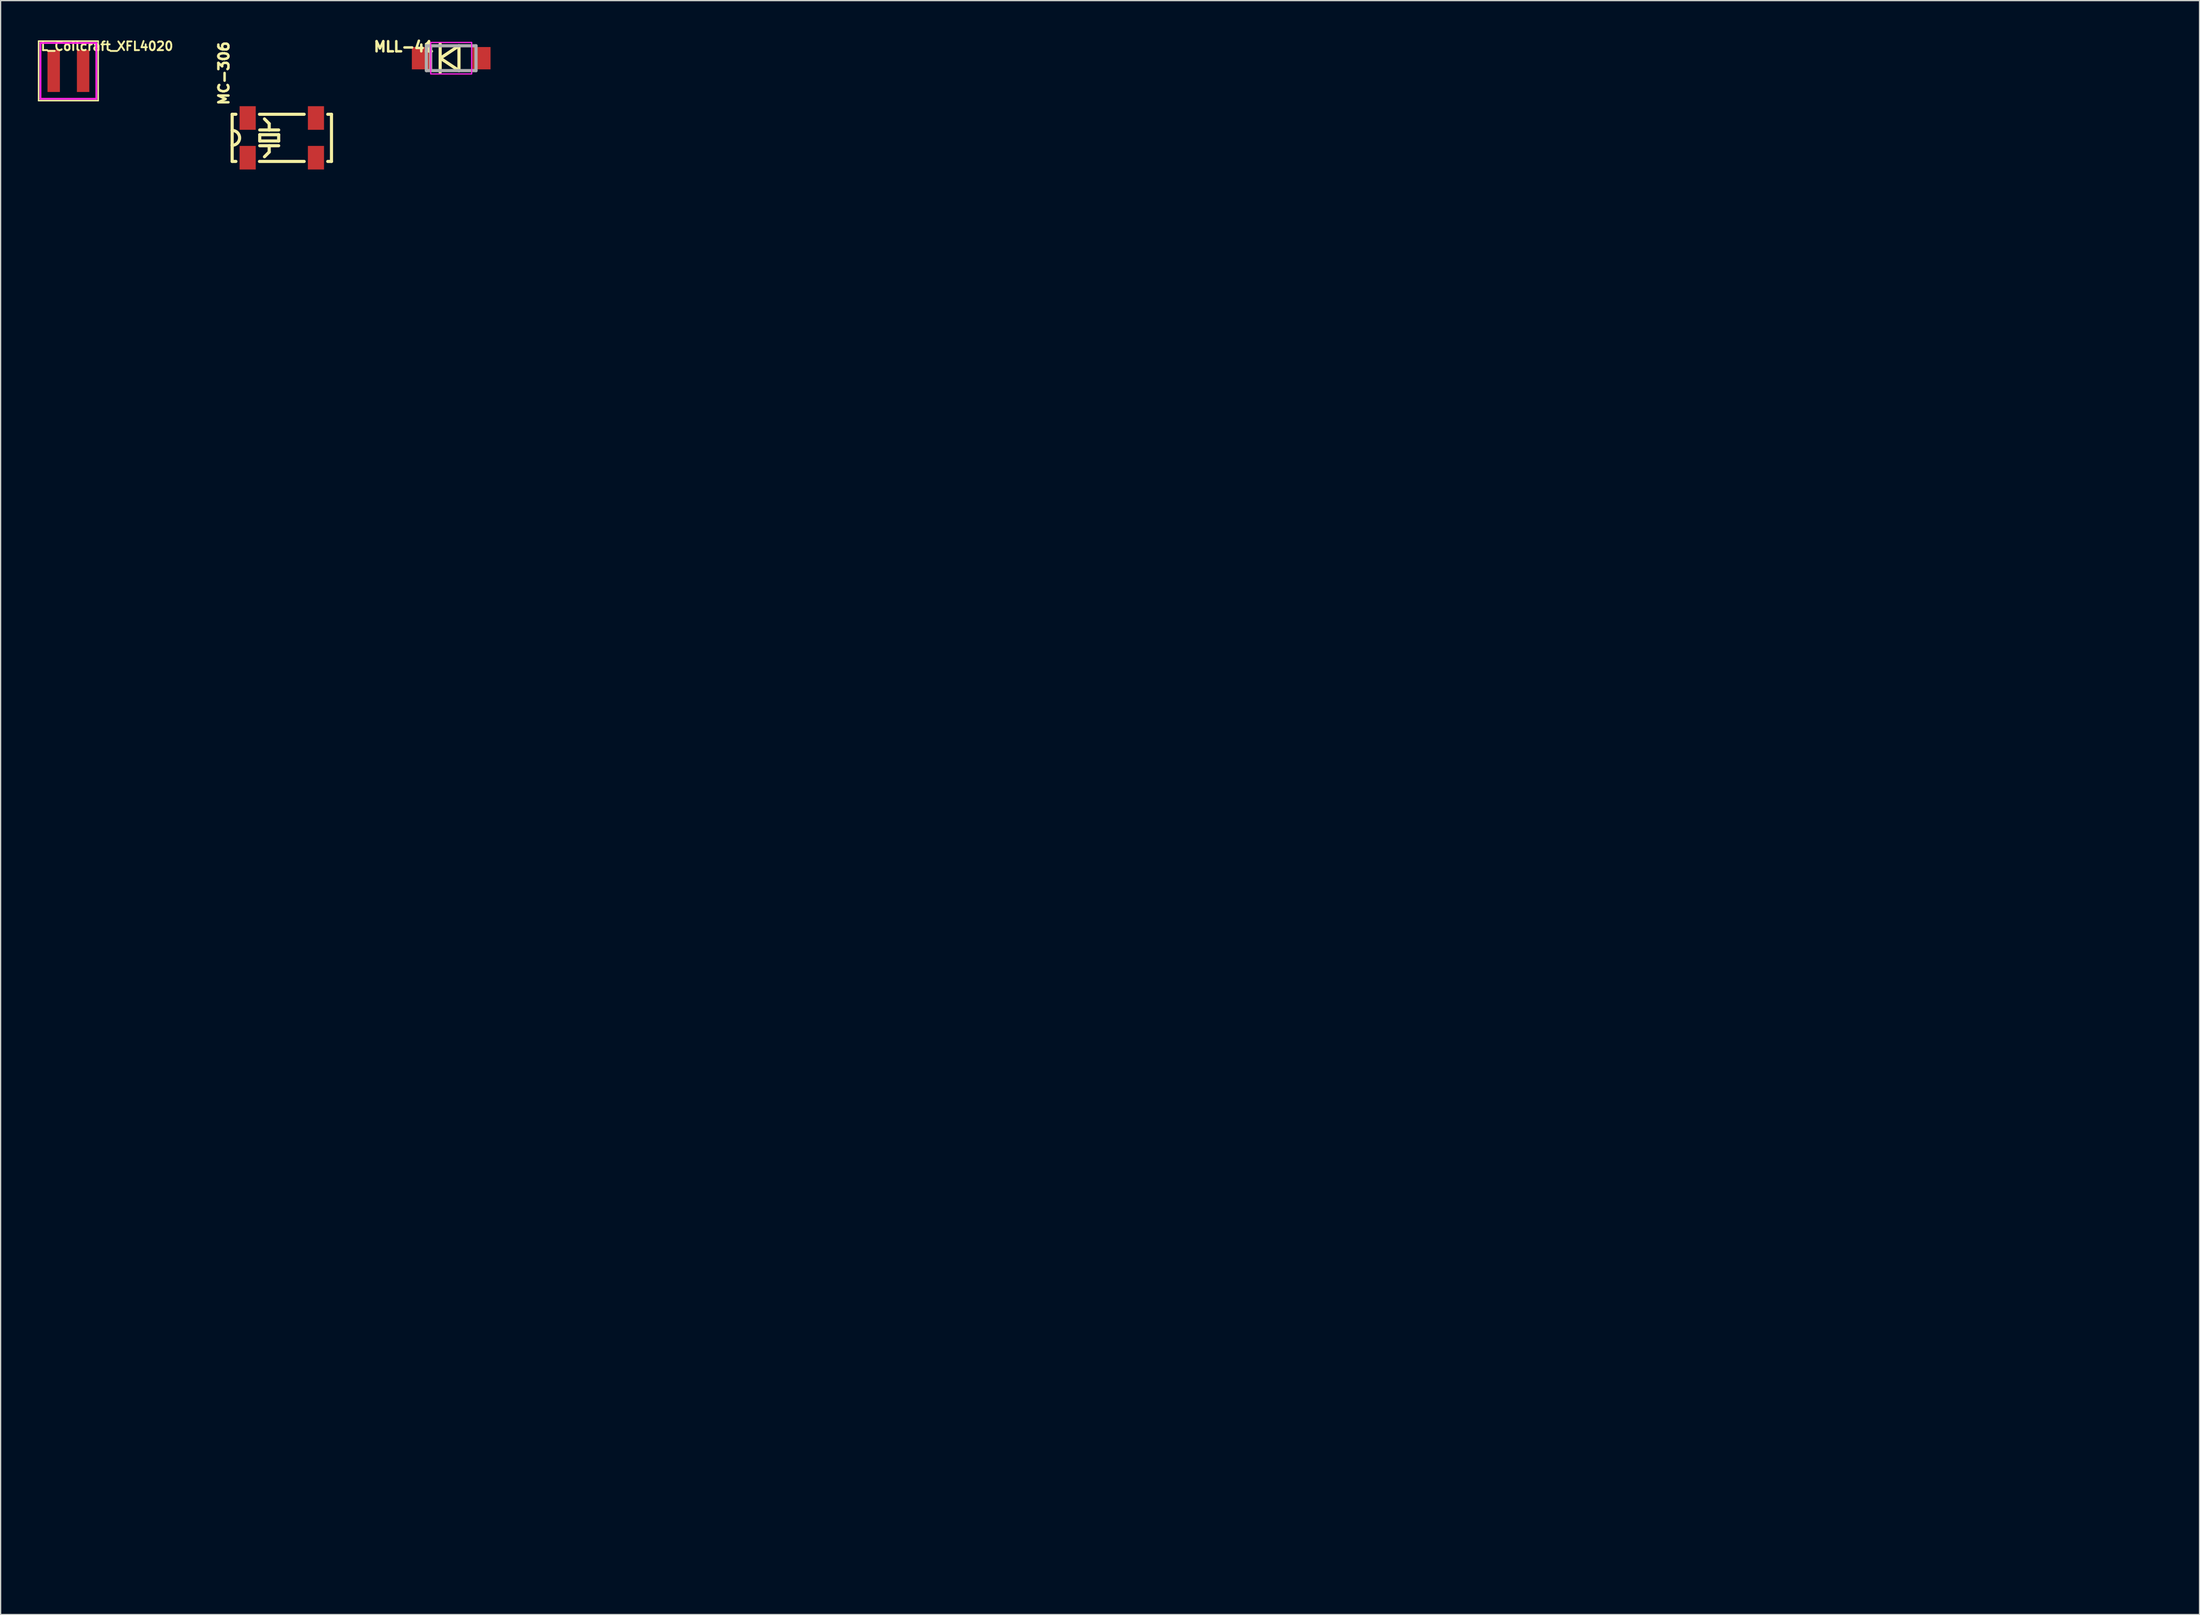
<source format=kicad_pcb>
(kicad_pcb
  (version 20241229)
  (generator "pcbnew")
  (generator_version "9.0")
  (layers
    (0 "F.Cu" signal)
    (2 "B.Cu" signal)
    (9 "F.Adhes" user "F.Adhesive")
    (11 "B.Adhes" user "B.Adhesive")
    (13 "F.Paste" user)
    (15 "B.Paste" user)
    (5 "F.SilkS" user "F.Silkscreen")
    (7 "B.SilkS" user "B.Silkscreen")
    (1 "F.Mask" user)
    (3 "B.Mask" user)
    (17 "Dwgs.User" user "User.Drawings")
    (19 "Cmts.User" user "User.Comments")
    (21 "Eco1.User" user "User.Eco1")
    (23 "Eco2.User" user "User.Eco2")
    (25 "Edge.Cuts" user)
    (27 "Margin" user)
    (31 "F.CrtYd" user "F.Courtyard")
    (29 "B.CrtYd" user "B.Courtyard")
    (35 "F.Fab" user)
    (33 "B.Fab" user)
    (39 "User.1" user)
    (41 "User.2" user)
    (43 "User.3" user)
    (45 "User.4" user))
  (footprint "MLL-41"
    (layer "F.Cu")
    (at 33.295 1.639)
    (property "Reference" "MLL-41" (at -1.27 -1.397 0) (unlocked yes) (layer "F.SilkS") (effects (font (size 0.813 0.813) (thickness 0.203)) (justify right top)))
    (fp_line (start -0.889 -1.143) (end -0.889 1.143) (stroke (width 0.254) (type solid)) (layer "F.SilkS"))
    (fp_line (start -0.873 0) (end 0.627 1) (stroke (width 0.254) (type solid)) (layer "F.SilkS"))
    (fp_line (start 0.627 -1) (end -0.873 0) (stroke (width 0.254) (type solid)) (layer "F.SilkS"))
    (fp_line (start 0.627 1) (end 0.627 -1) (stroke (width 0.254) (type solid)) (layer "F.SilkS"))
    (fp_poly (pts (xy -1.651 1.27) (xy 1.651 1.27) (xy 1.651 -1.27) (xy -1.651 -1.27)) (stroke (width 0.1) (type default)) (fill no) (layer "F.CrtYd"))
    (fp_line (start -2 -1) (end -2 1) (stroke (width 0.254) (type solid)) (layer "F.Fab"))
    (fp_line (start -2 1) (end 2 1) (stroke (width 0.254) (type solid)) (layer "F.Fab"))
    (fp_line (start -1.651 -0.889) (end -1.651 0.889) (stroke (width 0.254) (type solid)) (layer "F.Fab"))
    (fp_line (start 2 -1) (end -2 -1) (stroke (width 0.254) (type solid)) (layer "F.Fab"))
    (fp_line (start 2 1) (end 2 -1) (stroke (width 0.254) (type solid)) (layer "F.Fab"))
    (pad "A" smd rect (at 2.445 0 180) (size 1.45 1.8) (layers "F.Cu" "F.Mask" "F.Paste"))
    (pad "K" smd rect (at -2.445 0 180) (size 1.45 1.8) (layers "F.Cu" "F.Mask" "F.Paste"))
    (zone (net_name "") (layers "F.Cu" "B.Cu") (hatch edge 0.5) (connect_pads) (min_thickness 0.25) (filled_areas_thickness no) (keepout (tracks allowed) (vias not_allowed) (pads allowed) (copperpour allowed) (footprints allowed)) (placement (enabled no)) (fill) (polygon (pts (xy 171.128 121.501) (xy 167.826 121.501) (xy 167.826 124.041) (xy 171.128 124.041)))))
  (footprint "L_Coilcraft_XFL4020"
    (layer "F.Cu")
    (at 2.46 2.661)
    (property "Reference" "L_Coilcraft_XFL4020" (at 3.106 -1.989 180) (layer "F.SilkS") (effects (font (size 0.7 0.7) (thickness 0.15))))
    (attr smd)
    (fp_line (start -2.4 -2.4) (end 2.4 -2.4) (stroke (width 0.12) (type solid)) (layer "F.SilkS"))
    (fp_line (start -2.4 2.4) (end -2.4 -2.4) (stroke (width 0.12) (type solid)) (layer "F.SilkS"))
    (fp_line (start 2.4 -2.4) (end 2.4 2.4) (stroke (width 0.12) (type solid)) (layer "F.SilkS"))
    (fp_line (start 2.4 2.4) (end -2.4 2.4) (stroke (width 0.12) (type solid)) (layer "F.SilkS"))
    (fp_line (start -2.25 -2.25) (end 2.25 -2.25) (stroke (width 0.15) (type solid)) (layer "F.CrtYd"))
    (fp_line (start -2.25 2.25) (end -2.25 -2.25) (stroke (width 0.15) (type solid)) (layer "F.CrtYd"))
    (fp_line (start 2.25 -2.25) (end 2.25 2.25) (stroke (width 0.15) (type solid)) (layer "F.CrtYd"))
    (fp_line (start 2.25 2.25) (end -2.25 2.25) (stroke (width 0.15) (type solid)) (layer "F.CrtYd"))
    (pad "1" smd rect (at -1.185 0) (size 1 3.4) (layers "F.Cu" "F.Mask" "F.Paste"))
    (pad "2" smd rect (at 1.185 0) (size 1 3.4) (layers "F.Cu" "F.Mask" "F.Paste")))
  (footprint "MC-306"
    (layer "F.Cu")
    (at 19.651 8.057)
    (property "Reference" "MC-306" (at -4.191 -2.54 90) (unlocked yes) (layer "F.SilkS") (effects (font (size 0.813 0.813) (thickness 0.203)) (justify left bottom)))
    (fp_line (start -4 -1.9) (end -4 -0.6) (stroke (width 0.254) (type solid)) (layer "F.SilkS"))
    (fp_line (start -4 -0.6) (end -4 0.6) (stroke (width 0.254) (type solid)) (layer "F.SilkS"))
    (fp_line (start -4 0.6) (end -4 1.9) (stroke (width 0.254) (type solid)) (layer "F.SilkS"))
    (fp_line (start -4 1.9) (end -3.7 1.9) (stroke (width 0.254) (type solid)) (layer "F.SilkS"))
    (fp_line (start -3.7 -1.9) (end -4 -1.9) (stroke (width 0.254) (type solid)) (layer "F.SilkS"))
    (fp_line (start -1.8 1.9) (end 1.8 1.9) (stroke (width 0.254) (type solid)) (layer "F.SilkS"))
    (fp_line (start -1.778 -0.635) (end -1.016 -0.635) (stroke (width 0.254) (type solid)) (layer "F.SilkS"))
    (fp_line (start -1.778 -0.254) (end -0.254 -0.254) (stroke (width 0.254) (type solid)) (layer "F.SilkS"))
    (fp_line (start -1.778 0.254) (end -1.778 -0.254) (stroke (width 0.254) (type solid)) (layer "F.SilkS"))
    (fp_line (start -1.778 0.635) (end -1.016 0.635) (stroke (width 0.254) (type solid)) (layer "F.SilkS"))
    (fp_line (start -1.016 -1.143) (end -1.397 -1.524) (stroke (width 0.254) (type solid)) (layer "F.SilkS"))
    (fp_line (start -1.016 -0.635) (end -1.016 -1.143) (stroke (width 0.254) (type solid)) (layer "F.SilkS"))
    (fp_line (start -1.016 -0.635) (end -0.254 -0.635) (stroke (width 0.254) (type solid)) (layer "F.SilkS"))
    (fp_line (start -1.016 0.635) (end -1.016 1.143) (stroke (width 0.254) (type solid)) (layer "F.SilkS"))
    (fp_line (start -1.016 0.635) (end -0.254 0.635) (stroke (width 0.254) (type solid)) (layer "F.SilkS"))
    (fp_line (start -1.016 1.143) (end -1.397 1.524) (stroke (width 0.254) (type solid)) (layer "F.SilkS"))
    (fp_line (start -0.254 -0.254) (end -0.254 0.254) (stroke (width 0.254) (type solid)) (layer "F.SilkS"))
    (fp_line (start -0.254 0.254) (end -1.778 0.254) (stroke (width 0.254) (type solid)) (layer "F.SilkS"))
    (fp_line (start 1.8 -1.9) (end -1.8 -1.9) (stroke (width 0.254) (type solid)) (layer "F.SilkS"))
    (fp_line (start 3.7 1.9) (end 4 1.9) (stroke (width 0.254) (type solid)) (layer "F.SilkS"))
    (fp_line (start 4 -1.9) (end 3.7 -1.9) (stroke (width 0.254) (type solid)) (layer "F.SilkS"))
    (fp_line (start 4 1.9) (end 4 -1.9) (stroke (width 0.254) (type solid)) (layer "F.SilkS"))
    (fp_arc (start -4 -0.6) (mid -3.4 0) (end -4 0.6) (stroke (width 0.254) (type solid)) (layer "F.SilkS"))
    (pad "1" smd rect (at -2.75 1.6) (size 1.3 1.9) (layers "F.Cu" "F.Mask" "F.Paste"))
    (pad "2" smd rect (at 2.75 1.6) (size 1.3 1.9) (layers "F.Cu" "F.Mask" "F.Paste"))
    (pad "3" smd rect (at 2.75 -1.6) (size 1.3 1.9) (layers "F.Cu" "F.Mask" "F.Paste"))
    (pad "4" smd rect (at -2.75 -1.6) (size 1.3 1.9) (layers "F.Cu" "F.Mask" "F.Paste")))
  (gr_rect
    (start -3 -3)
    (end 174.128 127.041)
    (stroke (width 0.1) (type default))
    (fill no)
    (layer "Edge.Cuts")))
</source>
